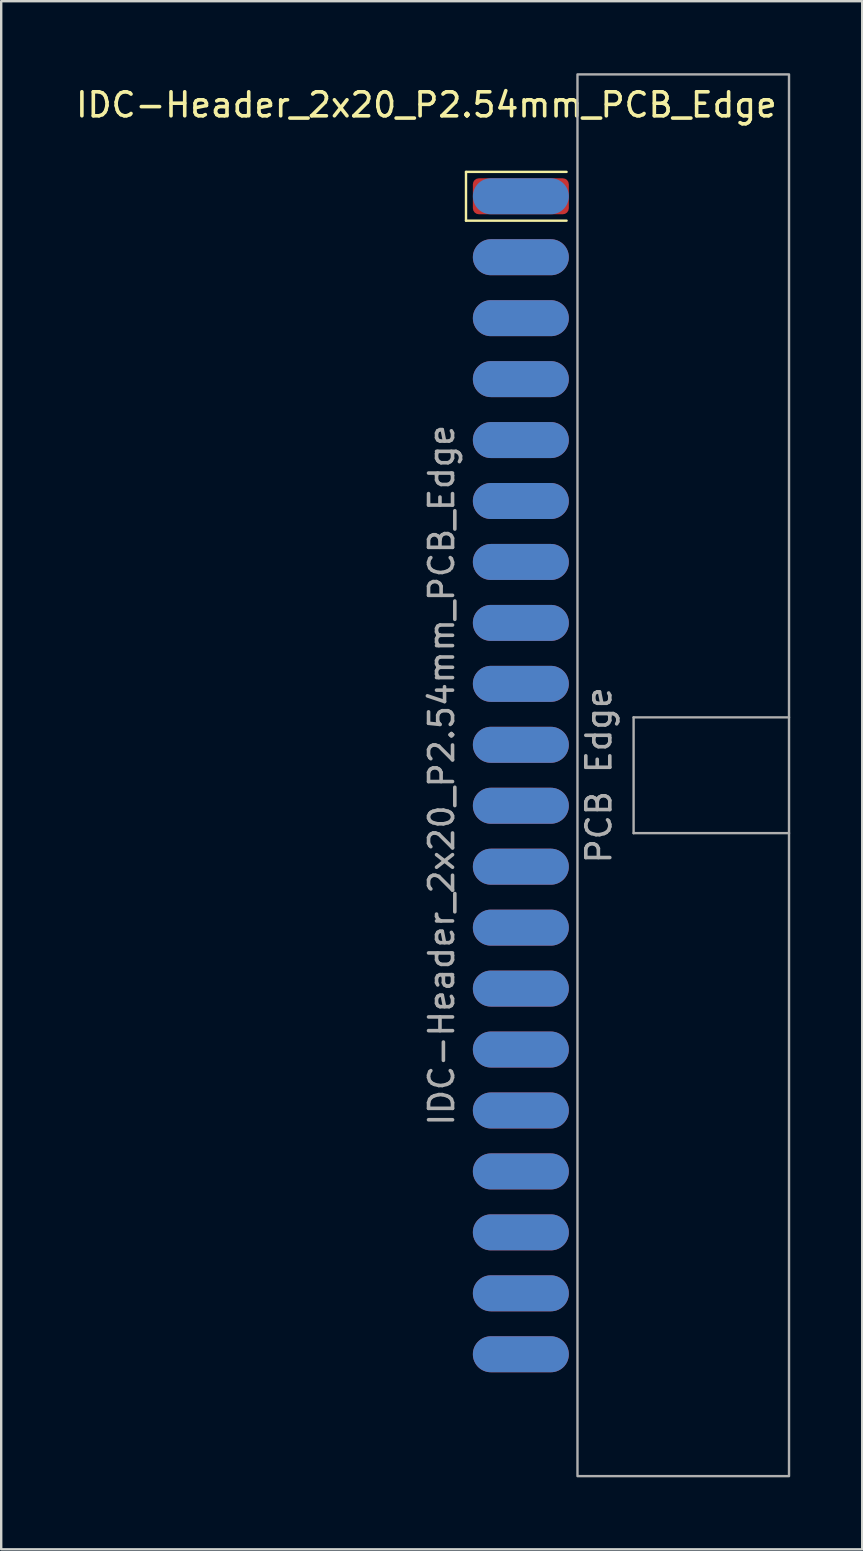
<source format=kicad_pcb>
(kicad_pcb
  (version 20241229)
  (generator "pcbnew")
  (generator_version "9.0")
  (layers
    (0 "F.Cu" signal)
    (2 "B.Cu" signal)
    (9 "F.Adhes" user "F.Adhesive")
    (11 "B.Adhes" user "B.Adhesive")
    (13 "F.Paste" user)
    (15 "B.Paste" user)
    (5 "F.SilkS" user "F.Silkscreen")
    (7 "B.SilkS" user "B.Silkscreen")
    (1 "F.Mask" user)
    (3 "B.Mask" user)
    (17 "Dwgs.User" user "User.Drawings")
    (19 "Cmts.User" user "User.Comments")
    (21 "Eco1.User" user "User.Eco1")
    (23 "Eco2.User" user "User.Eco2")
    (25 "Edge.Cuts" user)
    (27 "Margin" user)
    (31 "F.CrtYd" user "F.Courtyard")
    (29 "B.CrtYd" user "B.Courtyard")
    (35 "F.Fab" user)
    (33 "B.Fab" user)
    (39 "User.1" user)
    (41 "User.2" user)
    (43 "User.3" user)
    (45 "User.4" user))
  (footprint "IDC-Header_2x20_P2.54mm_PCB_Edge"
    (layer "F.Cu")
    (at 20.943 29.26)
    (property "Reference" "IDC-Header_2x20_P2.54mm_PCB_Edge" (at -6.223 -27.94 0) (layer "F.SilkS") (effects (font (size 1 1) (thickness 0.15))))
    (attr through_hole)
    (fp_line (start -4.572 -25.146) (end -0.381 -25.146) (stroke (width 0.1) (type default)) (layer "F.SilkS"))
    (fp_line (start -4.572 -23.114) (end -4.572 -25.146) (stroke (width 0.1) (type default)) (layer "F.SilkS"))
    (fp_line (start -0.381 -23.114) (end -4.572 -23.114) (stroke (width 0.1) (type default)) (layer "F.SilkS"))
    (fp_line (start 2.413 -2.413) (end 2.413 2.413) (stroke (width 0.1) (type default)) (layer "F.Fab"))
    (fp_line (start 2.413 2.413) (end 8.89 2.413) (stroke (width 0.1) (type default)) (layer "F.Fab"))
    (fp_line (start 8.89 -2.413) (end 2.413 -2.413) (stroke (width 0.1) (type default)) (layer "F.Fab"))
    (fp_rect (start 0.074 -29.21) (end 8.89 29.21) (stroke (width 0.1) (type default)) (fill no) (layer "F.Fab"))
    (fp_text user "${REFERENCE}" (at -5.588 0 90) (layer "F.Fab") (effects (font (size 1 1) (thickness 0.15))))
    (fp_text user "PCB Edge" (at 0.381 0 90) (unlocked yes) (layer "F.Fab") (effects (font (size 1 1) (thickness 0.15)) (justify top)))
    (pad "1" smd roundrect (at -2.286 -24.13) (size 4 1.5) (layers "F.Cu" "F.Mask" "F.Paste") (roundrect_rratio 0.167))
    (pad "2" smd oval (at -2.286 -24.13 180) (size 4 1.5) (layers "B.Cu" "B.Mask" "B.Paste"))
    (pad "3" smd oval (at -2.286 -21.59) (size 4 1.5) (layers "F.Cu" "F.Mask" "F.Paste"))
    (pad "4" smd oval (at -2.286 -21.59 180) (size 4 1.5) (layers "B.Cu" "B.Mask" "B.Paste"))
    (pad "5" smd oval (at -2.286 -19.05) (size 4 1.5) (layers "F.Cu" "F.Mask" "F.Paste"))
    (pad "6" smd oval (at -2.286 -19.05 180) (size 4 1.5) (layers "B.Cu" "B.Mask" "B.Paste"))
    (pad "7" smd oval (at -2.286 -16.51) (size 4 1.5) (layers "F.Cu" "F.Mask" "F.Paste"))
    (pad "8" smd oval (at -2.286 -16.51 180) (size 4 1.5) (layers "B.Cu" "B.Mask" "B.Paste"))
    (pad "9" smd oval (at -2.286 -13.97) (size 4 1.5) (layers "F.Cu" "F.Mask" "F.Paste"))
    (pad "10" smd oval (at -2.286 -13.97 180) (size 4 1.5) (layers "B.Cu" "B.Mask" "B.Paste"))
    (pad "11" smd oval (at -2.286 -11.43) (size 4 1.5) (layers "F.Cu" "F.Mask" "F.Paste"))
    (pad "12" smd oval (at -2.286 -11.43 180) (size 4 1.5) (layers "B.Cu" "B.Mask" "B.Paste"))
    (pad "13" smd oval (at -2.286 -8.89) (size 4 1.5) (layers "F.Cu" "F.Mask" "F.Paste"))
    (pad "14" smd oval (at -2.286 -8.89 180) (size 4 1.5) (layers "B.Cu" "B.Mask" "B.Paste"))
    (pad "15" smd oval (at -2.286 -6.35) (size 4 1.5) (layers "F.Cu" "F.Mask" "F.Paste"))
    (pad "16" smd oval (at -2.286 -6.35 180) (size 4 1.5) (layers "B.Cu" "B.Mask" "B.Paste"))
    (pad "17" smd oval (at -2.286 -3.81) (size 4 1.5) (layers "F.Cu" "F.Mask" "F.Paste"))
    (pad "18" smd oval (at -2.286 -3.81 180) (size 4 1.5) (layers "B.Cu" "B.Mask" "B.Paste"))
    (pad "19" smd oval (at -2.286 -1.27) (size 4 1.5) (layers "F.Cu" "F.Mask" "F.Paste"))
    (pad "20" smd oval (at -2.286 -1.27 180) (size 4 1.5) (layers "B.Cu" "B.Mask" "B.Paste"))
    (pad "21" smd oval (at -2.286 1.27) (size 4 1.5) (layers "F.Cu" "F.Mask" "F.Paste"))
    (pad "22" smd oval (at -2.286 1.27 180) (size 4 1.5) (layers "B.Cu" "B.Mask" "B.Paste"))
    (pad "23" smd oval (at -2.286 3.81) (size 4 1.5) (layers "F.Cu" "F.Mask" "F.Paste"))
    (pad "24" smd oval (at -2.286 3.81 180) (size 4 1.5) (layers "B.Cu" "B.Mask" "B.Paste"))
    (pad "25" smd oval (at -2.286 6.35) (size 4 1.5) (layers "F.Cu" "F.Mask" "F.Paste"))
    (pad "26" smd oval (at -2.286 6.35 180) (size 4 1.5) (layers "B.Cu" "B.Mask" "B.Paste"))
    (pad "27" smd oval (at -2.286 8.89) (size 4 1.5) (layers "F.Cu" "F.Mask" "F.Paste"))
    (pad "28" smd oval (at -2.286 8.89 180) (size 4 1.5) (layers "B.Cu" "B.Mask" "B.Paste"))
    (pad "29" smd oval (at -2.286 11.43) (size 4 1.5) (layers "F.Cu" "F.Mask" "F.Paste"))
    (pad "30" smd oval (at -2.286 11.43 180) (size 4 1.5) (layers "B.Cu" "B.Mask" "B.Paste"))
    (pad "31" smd oval (at -2.286 13.97) (size 4 1.5) (layers "F.Cu" "F.Mask" "F.Paste"))
    (pad "32" smd oval (at -2.286 13.97 180) (size 4 1.5) (layers "B.Cu" "B.Mask" "B.Paste"))
    (pad "33" smd oval (at -2.286 16.51) (size 4 1.5) (layers "F.Cu" "F.Mask" "F.Paste"))
    (pad "34" smd oval (at -2.286 16.51 180) (size 4 1.5) (layers "B.Cu" "B.Mask" "B.Paste"))
    (pad "35" smd oval (at -2.286 19.05) (size 4 1.5) (layers "F.Cu" "F.Mask" "F.Paste"))
    (pad "36" smd oval (at -2.286 19.05 180) (size 4 1.5) (layers "B.Cu" "B.Mask" "B.Paste"))
    (pad "37" smd oval (at -2.286 21.59) (size 4 1.5) (layers "F.Cu" "F.Mask" "F.Paste"))
    (pad "38" smd oval (at -2.286 21.59 180) (size 4 1.5) (layers "B.Cu" "B.Mask" "B.Paste"))
    (pad "39" smd oval (at -2.286 24.13) (size 4 1.5) (layers "F.Cu" "F.Mask" "F.Paste"))
    (pad "40" smd oval (at -2.286 24.13 180) (size 4 1.5) (layers "B.Cu" "B.Mask" "B.Paste")))
  (gr_rect
    (start -3 -3)
    (end 32.883 61.52)
    (stroke (width 0.1) (type default))
    (fill no)
    (layer "Edge.Cuts")))
</source>
